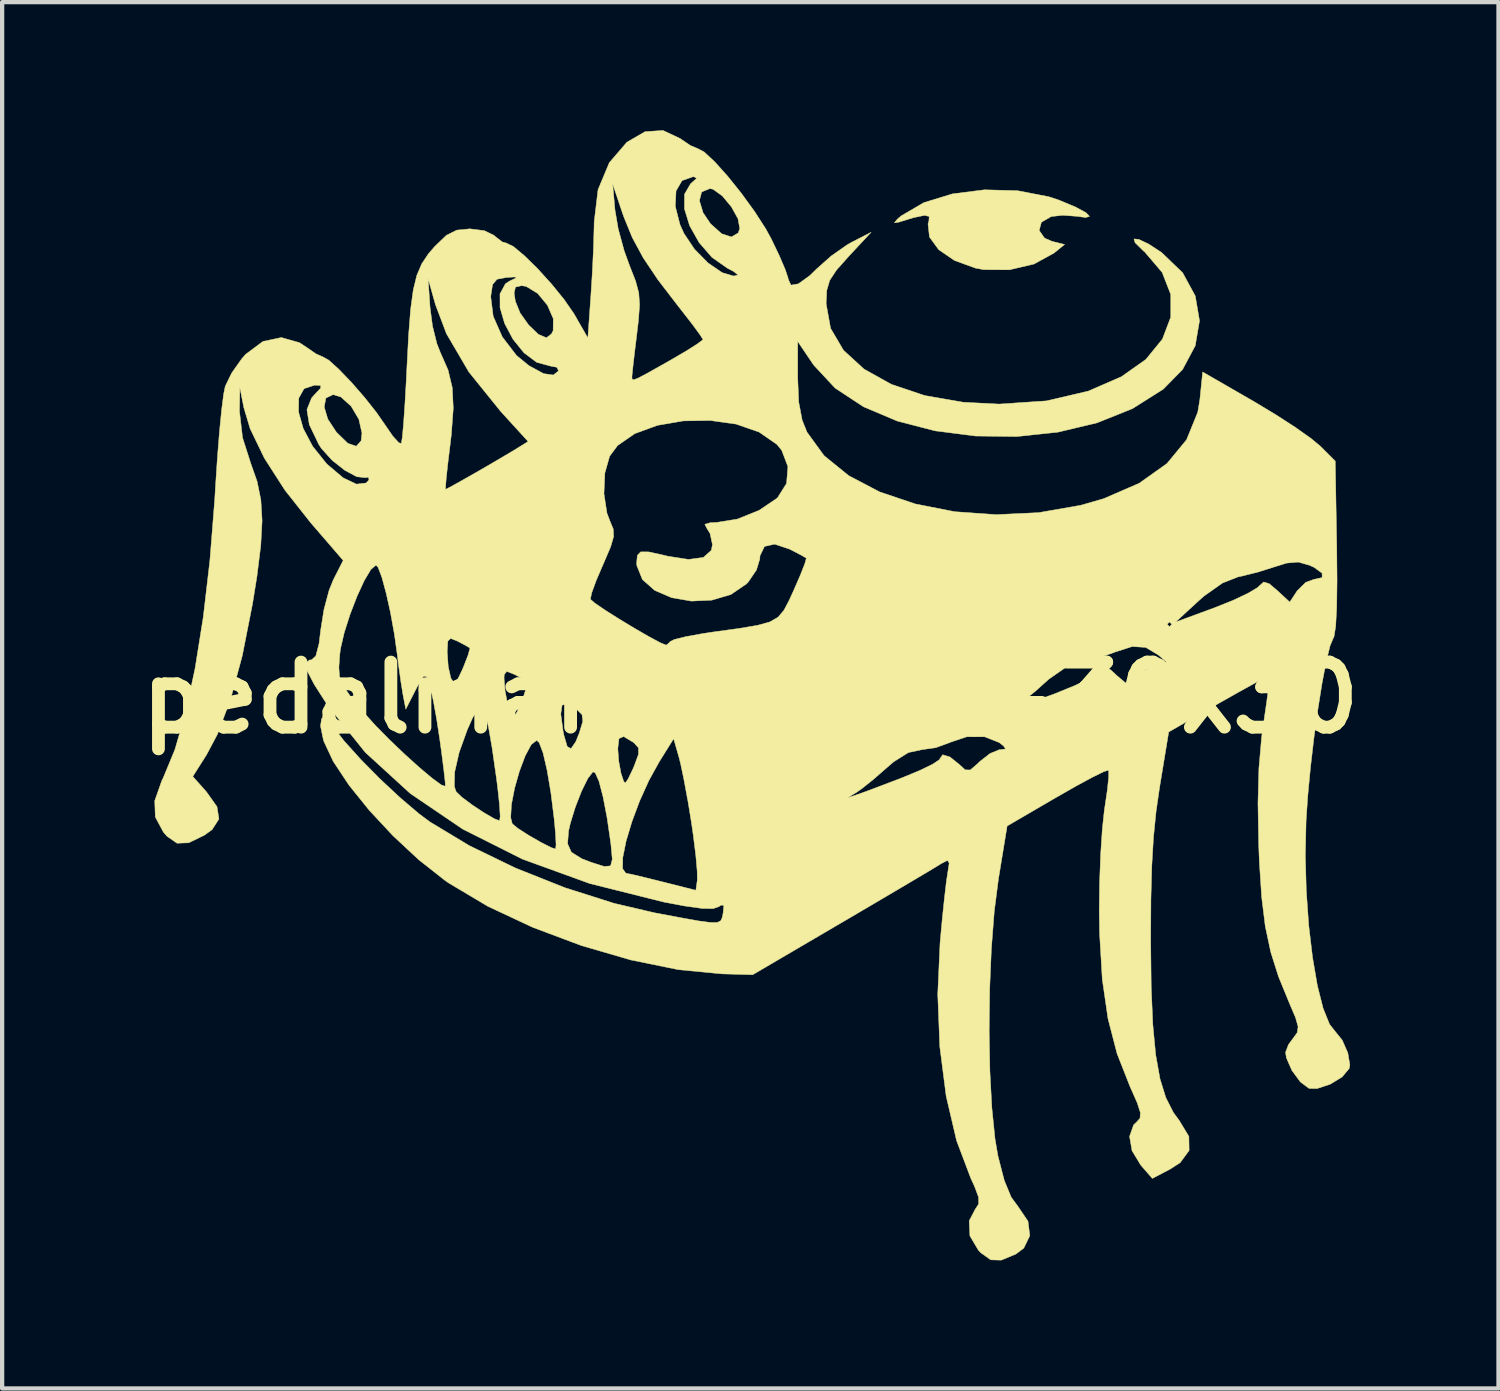
<source format=kicad_pcb>
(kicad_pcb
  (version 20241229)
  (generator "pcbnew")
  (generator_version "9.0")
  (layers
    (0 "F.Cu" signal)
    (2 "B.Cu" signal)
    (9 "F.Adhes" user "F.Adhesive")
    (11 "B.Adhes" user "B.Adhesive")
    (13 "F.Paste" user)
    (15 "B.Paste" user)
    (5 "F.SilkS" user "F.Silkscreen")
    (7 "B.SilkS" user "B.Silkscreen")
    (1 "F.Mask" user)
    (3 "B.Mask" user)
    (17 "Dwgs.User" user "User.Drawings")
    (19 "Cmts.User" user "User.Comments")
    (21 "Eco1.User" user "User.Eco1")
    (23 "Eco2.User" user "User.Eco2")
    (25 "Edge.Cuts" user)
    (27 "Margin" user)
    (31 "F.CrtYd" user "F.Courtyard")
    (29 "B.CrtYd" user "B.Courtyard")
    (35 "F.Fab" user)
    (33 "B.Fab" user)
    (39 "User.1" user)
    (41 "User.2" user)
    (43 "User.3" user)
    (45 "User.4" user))
  (footprint "pedalmarkt-logo-30x30"
    (layer "F.Cu")
    (at 14.522 13.29)
    (property "Reference" "pedalmarkt-logo-30x30" (at 0 0 0) (layer "F.SilkS") (effects (font (size 1.524 1.524) (thickness 0.3))))
    (attr through_hole)
    (fp_poly (pts (xy 6.254 -11.875) (xy 6.99 -11.733) (xy 7.235 -11.651) (xy 7.618 -11.491) (xy 7.86 -11.36) (xy 7.944 -11.273) (xy 7.852 -11.246) (xy 7.663 -11.273) (xy 7.319 -11.299) (xy 7.047 -11.269) (xy 6.816 -11.136) (xy 6.764 -10.944) (xy 6.889 -10.765) (xy 7.062 -10.689) (xy 7.359 -10.614) (xy 7.109 -10.412) (xy 6.641 -10.156) (xy 6.065 -10.021) (xy 5.467 -10.025) (xy 5.269 -10.062) (xy 4.78 -10.24) (xy 4.412 -10.492) (xy 4.195 -10.788) (xy 4.161 -11.096) (xy 4.181 -11.162) (xy 4.189 -11.27) (xy 4.081 -11.297) (xy 3.825 -11.244) (xy 3.476 -11.137) (xy 3.373 -11.122) (xy 3.443 -11.208) (xy 3.535 -11.286) (xy 4.063 -11.595) (xy 4.732 -11.8) (xy 5.482 -11.895) (xy 6.254 -11.875)) (stroke (width 0.01) (type solid)) (fill yes) (layer "F.SilkS"))
    (fp_poly (pts (xy -1.643 -13.096) (xy -1.633 -13.088) (xy -1.406 -12.934) (xy -1.245 -12.866) (xy -1.242 -12.866) (xy -1.08 -12.78) (xy -0.831 -12.548) (xy -0.529 -12.211) (xy -0.207 -11.809) (xy 0.101 -11.385) (xy 0.363 -10.978) (xy 0.489 -10.748) (xy 0.677 -10.356) (xy 0.817 -10.028) (xy 0.885 -9.825) (xy 0.887 -9.801) (xy 0.951 -9.663) (xy 1.125 -9.693) (xy 1.39 -9.884) (xy 1.559 -10.048) (xy 1.895 -10.346) (xy 2.272 -10.61) (xy 2.385 -10.673) (xy 2.828 -10.9) (xy 2.302 -10.335) (xy 2.018 -10.016) (xy 1.86 -9.777) (xy 1.79 -9.542) (xy 1.775 -9.238) (xy 1.775 -9.228) (xy 1.879 -8.652) (xy 2.181 -8.138) (xy 2.662 -7.697) (xy 3.302 -7.34) (xy 4.084 -7.077) (xy 4.987 -6.92) (xy 5.823 -6.877) (xy 6.937 -6.952) (xy 7.914 -7.181) (xy 8.69 -7.518) (xy 9.263 -7.923) (xy 9.65 -8.398) (xy 9.846 -8.914) (xy 9.846 -9.444) (xy 9.644 -9.961) (xy 9.238 -10.437) (xy 9.202 -10.468) (xy 9.009 -10.658) (xy 8.984 -10.745) (xy 9.098 -10.734) (xy 9.323 -10.628) (xy 9.63 -10.428) (xy 9.63 -10.428) (xy 10.124 -9.953) (xy 10.42 -9.409) (xy 10.519 -8.828) (xy 10.419 -8.243) (xy 10.122 -7.686) (xy 9.669 -7.225) (xy 8.949 -6.77) (xy 8.115 -6.436) (xy 7.201 -6.219) (xy 6.242 -6.117) (xy 5.273 -6.129) (xy 4.328 -6.25) (xy 3.442 -6.479) (xy 2.65 -6.814) (xy 1.986 -7.251) (xy 1.485 -7.789) (xy 1.47 -7.811) (xy 1.109 -8.344) (xy 1.109 -7.495) (xy 1.133 -6.925) (xy 1.213 -6.503) (xy 1.326 -6.221) (xy 1.726 -5.67) (xy 2.304 -5.201) (xy 3.027 -4.821) (xy 3.865 -4.538) (xy 4.786 -4.357) (xy 5.759 -4.288) (xy 6.753 -4.335) (xy 7.736 -4.507) (xy 8.275 -4.662) (xy 9.107 -5.023) (xy 9.757 -5.485) (xy 10.216 -6.042) (xy 10.478 -6.686) (xy 10.527 -6.981) (xy 10.593 -7.629) (xy 11.795 -6.936) (xy 12.295 -6.635) (xy 12.758 -6.336) (xy 13.128 -6.074) (xy 13.348 -5.892) (xy 13.698 -5.542) (xy 13.733 -3.54) (xy 13.74 -2.743) (xy 13.732 -2.116) (xy 13.708 -1.674) (xy 13.67 -1.433) (xy 13.653 -1.399) (xy 13.575 -1.212) (xy 13.485 -0.843) (xy 13.388 -0.335) (xy 13.291 0.275) (xy 13.198 0.944) (xy 13.118 1.633) (xy 13.054 2.302) (xy 13.015 2.884) (xy 12.997 3.697) (xy 13.02 4.523) (xy 13.077 5.33) (xy 13.166 6.08) (xy 13.279 6.74) (xy 13.414 7.274) (xy 13.565 7.648) (xy 13.686 7.802) (xy 13.862 8.019) (xy 13.993 8.319) (xy 14.04 8.598) (xy 14.024 8.684) (xy 13.859 8.881) (xy 13.574 9.054) (xy 13.271 9.153) (xy 13.086 9.15) (xy 12.882 8.999) (xy 12.683 8.729) (xy 12.554 8.435) (xy 12.534 8.305) (xy 12.602 8.123) (xy 12.716 7.969) (xy 12.808 7.842) (xy 12.828 7.703) (xy 12.767 7.488) (xy 12.617 7.137) (xy 12.614 7.128) (xy 12.368 6.528) (xy 12.187 5.955) (xy 12.059 5.353) (xy 11.974 4.664) (xy 11.92 3.834) (xy 11.905 3.438) (xy 11.888 2.467) (xy 11.91 1.652) (xy 11.973 0.929) (xy 12.017 0.611) (xy 12.085 0.146) (xy 12.136 -0.228) (xy 12.163 -0.462) (xy 12.164 -0.517) (xy 12.066 -0.474) (xy 11.813 -0.34) (xy 11.443 -0.136) (xy 10.995 0.117) (xy 10.97 0.131) (xy 9.798 0.802) (xy 9.585 2.092) (xy 9.501 2.673) (xy 9.441 3.271) (xy 9.402 3.936) (xy 9.381 4.721) (xy 9.376 5.674) (xy 9.376 5.712) (xy 9.388 6.782) (xy 9.426 7.657) (xy 9.493 8.362) (xy 9.593 8.923) (xy 9.73 9.365) (xy 9.908 9.715) (xy 10.045 9.901) (xy 10.27 10.274) (xy 10.276 10.603) (xy 10.066 10.888) (xy 9.837 11.036) (xy 9.415 11.258) (xy 9.144 10.947) (xy 8.939 10.609) (xy 8.881 10.273) (xy 8.976 10.003) (xy 9.046 9.937) (xy 9.126 9.848) (xy 9.134 9.715) (xy 9.06 9.486) (xy 8.895 9.113) (xy 8.886 9.092) (xy 8.588 8.334) (xy 8.376 7.516) (xy 8.242 6.593) (xy 8.179 5.522) (xy 8.171 4.991) (xy 8.179 4.33) (xy 8.204 3.668) (xy 8.243 3.075) (xy 8.292 2.621) (xy 8.301 2.564) (xy 8.36 2.164) (xy 8.392 1.858) (xy 8.392 1.703) (xy 8.388 1.696) (xy 8.28 1.73) (xy 8.019 1.858) (xy 7.646 2.059) (xy 7.197 2.315) (xy 7.177 2.326) (xy 6.014 3.004) (xy 5.81 4.247) (xy 5.713 5) (xy 5.645 5.877) (xy 5.605 6.827) (xy 5.593 7.799) (xy 5.61 8.741) (xy 5.656 9.601) (xy 5.73 10.329) (xy 5.798 10.729) (xy 5.947 11.305) (xy 6.109 11.697) (xy 6.27 11.916) (xy 6.502 12.259) (xy 6.545 12.599) (xy 6.403 12.891) (xy 6.217 13.03) (xy 5.877 13.171) (xy 5.63 13.164) (xy 5.398 12.999) (xy 5.343 12.942) (xy 5.142 12.604) (xy 5.125 12.251) (xy 5.264 11.984) (xy 5.347 11.856) (xy 5.345 11.697) (xy 5.25 11.443) (xy 5.163 11.254) (xy 4.83 10.373) (xy 4.586 9.331) (xy 4.437 8.172) (xy 4.389 6.943) (xy 4.443 5.74) (xy 4.493 5.196) (xy 4.545 4.697) (xy 4.591 4.306) (xy 4.619 4.12) (xy 4.657 3.874) (xy 4.618 3.809) (xy 4.466 3.887) (xy 4.424 3.914) (xy 4.251 4.019) (xy 3.92 4.216) (xy 3.462 4.487) (xy 2.911 4.812) (xy 2.299 5.172) (xy 2.107 5.284) (xy 0.055 6.487) (xy -0.666 6.467) (xy -1.682 6.369) (xy -2.8 6.141) (xy -3.958 5.804) (xy -5.094 5.378) (xy -6.147 4.885) (xy -7.056 4.344) (xy -7.162 4.27) (xy -7.768 3.792) (xy -8.367 3.234) (xy -8.923 2.638) (xy -9.402 2.043) (xy -9.769 1.489) (xy -9.99 1.017) (xy -9.999 0.987) (xy -10.066 0.661) (xy -10.04 0.485) (xy -9.938 0.482) (xy -9.779 0.666) (xy -9.515 1.01) (xy -9.128 1.44) (xy -8.671 1.903) (xy -8.194 2.348) (xy -7.751 2.724) (xy -7.5 2.91) (xy -6.577 3.466) (xy -5.502 3.987) (xy -4.348 4.447) (xy -3.186 4.816) (xy -2.236 5.038) (xy -1.628 5.152) (xy -1.204 5.228) (xy -0.929 5.264) (xy -0.769 5.262) (xy -0.69 5.22) (xy -0.656 5.14) (xy -0.637 5.041) (xy -0.62 4.858) (xy -0.69 4.858) (xy -0.734 4.891) (xy -0.871 4.939) (xy -1.131 4.934) (xy -1.545 4.876) (xy -2.027 4.785) (xy -3.762 4.351) (xy -4.718 4.004) (xy -2.992 4.004) (xy -2.914 4.11) (xy -2.912 4.11) (xy -2.77 4.138) (xy -2.475 4.208) (xy -2.088 4.304) (xy -2.052 4.313) (xy -1.276 4.509) (xy -1.242 4.271) (xy -1.245 4.063) (xy -1.277 3.696) (xy -1.335 3.231) (xy -1.378 2.932) (xy -1.464 2.406) (xy -1.476 2.346) (xy 2.274 2.346) (xy 2.496 2.271) (xy 2.701 2.198) (xy 3.046 2.068) (xy 3.467 1.908) (xy 3.577 1.865) (xy 3.971 1.702) (xy 4.27 1.556) (xy 4.425 1.453) (xy 4.437 1.432) (xy 4.504 1.335) (xy 4.676 1.388) (xy 4.878 1.55) (xy 5.033 1.689) (xy 5.151 1.692) (xy 5.318 1.549) (xy 5.372 1.495) (xy 5.614 1.306) (xy 5.832 1.217) (xy 5.846 1.217) (xy 5.976 1.201) (xy 5.932 1.131) (xy 5.83 1.05) (xy 5.489 0.915) (xy 5.07 0.914) (xy 4.667 1.049) (xy 4.659 1.054) (xy 4.342 1.17) (xy 4.018 1.216) (xy 3.701 1.284) (xy 3.357 1.5) (xy 3.186 1.647) (xy 2.885 1.91) (xy 2.616 2.125) (xy 2.496 2.21) (xy 2.274 2.346) (xy -1.476 2.346) (xy -1.556 1.913) (xy -1.637 1.528) (xy -1.671 1.395) (xy -1.796 0.96) (xy -2.137 1.506) (xy -2.375 1.937) (xy -2.592 2.417) (xy -2.774 2.905) (xy -2.91 3.36) (xy -2.987 3.74) (xy -2.992 4.004) (xy -4.718 4.004) (xy -5.333 3.781) (xy -6.735 3.077) (xy -7.965 2.242) (xy -8.144 2.078) (xy -6.932 2.078) (xy -6.891 2.199) (xy -6.755 2.33) (xy -6.509 2.513) (xy -6.228 2.699) (xy -5.986 2.838) (xy -5.872 2.88) (xy -5.862 2.807) (xy -5.612 2.807) (xy -5.575 2.952) (xy -5.444 3.059) (xy -5.195 3.219) (xy -4.909 3.384) (xy -4.665 3.508) (xy -4.561 3.544) (xy -4.55 3.447) (xy -4.551 3.419) (xy -4.28 3.419) (xy -4.19 3.619) (xy -3.944 3.771) (xy -3.716 3.858) (xy -3.422 3.951) (xy -3.273 3.938) (xy -3.233 3.782) (xy -3.264 3.447) (xy -3.268 3.411) (xy -3.354 2.817) (xy -3.449 2.322) (xy -3.544 1.958) (xy -3.633 1.759) (xy -3.686 1.735) (xy -3.806 1.891) (xy -3.954 2.191) (xy -4.1 2.566) (xy -4.217 2.946) (xy -4.256 3.118) (xy -4.28 3.419) (xy -4.551 3.419) (xy -4.562 3.187) (xy -4.592 2.856) (xy -4.67 2.23) (xy -4.76 1.697) (xy -4.854 1.293) (xy -4.945 1.052) (xy -5.003 0.998) (xy -5.131 1.098) (xy -5.271 1.358) (xy -5.407 1.719) (xy -5.521 2.12) (xy -5.595 2.503) (xy -5.612 2.807) (xy -5.862 2.807) (xy -5.858 2.78) (xy -5.874 2.51) (xy -5.916 2.117) (xy -5.945 1.89) (xy -6.046 1.185) (xy -6.132 0.686) (xy -6.212 0.379) (xy -6.294 0.249) (xy -6.387 0.282) (xy -6.5 0.463) (xy -6.628 0.749) (xy -6.819 1.28) (xy -6.924 1.739) (xy -6.932 2.078) (xy -8.144 2.078) (xy -9.019 1.278) (xy -9.893 0.187) (xy -9.92 0.147) (xy -10.215 -0.315) (xy -10.377 -0.627) (xy -10.393 -0.708) (xy -9.636 -0.708) (xy -9.619 -0.485) (xy -9.538 -0.282) (xy -9.369 -0.039) (xy -9.086 0.307) (xy -9.046 0.354) (xy -8.781 0.648) (xy -8.452 0.982) (xy -8.096 1.322) (xy -7.75 1.634) (xy -7.451 1.885) (xy -7.236 2.042) (xy -7.142 2.074) (xy -7.148 1.962) (xy -7.18 1.68) (xy -7.232 1.275) (xy -7.27 0.998) (xy -7.345 0.506) (xy -7.424 0.071) (xy -7.493 -0.242) (xy -7.52 -0.331) (xy -7.588 -0.491) (xy -7.65 -0.506) (xy -7.749 -0.356) (xy -7.846 -0.169) (xy -8.069 0.267) (xy -8.133 -0.061) (xy -8.182 -0.362) (xy -8.239 -0.768) (xy -8.267 -0.998) (xy -8.277 -1.067) (xy -7.099 -1.067) (xy -7.075 -0.729) (xy -7.014 -0.461) (xy -6.934 -0.335) (xy -6.922 -0.333) (xy -6.857 -0.424) (xy -6.839 -0.461) (xy -5.768 -0.461) (xy -5.745 -0.168) (xy -5.688 0.133) (xy -5.617 0.363) (xy -5.554 0.444) (xy -5.501 0.382) (xy -4.439 0.382) (xy -4.385 0.782) (xy -4.367 0.873) (xy -4.289 1.141) (xy -4.199 1.194) (xy -4.199 1.192) (xy -3.104 1.192) (xy -3.082 1.483) (xy -3.03 1.765) (xy -2.966 1.958) (xy -2.928 1.997) (xy -2.864 1.905) (xy -2.754 1.677) (xy -2.718 1.593) (xy -2.619 1.324) (xy -2.619 1.174) (xy -2.722 1.059) (xy -2.745 1.042) (xy -2.967 0.908) (xy -3.076 0.956) (xy -3.104 1.192) (xy -4.199 1.192) (xy -4.088 1.03) (xy -4.005 0.824) (xy -3.923 0.552) (xy -3.942 0.396) (xy -4.066 0.273) (xy -4.239 0.171) (xy 6.298 0.171) (xy 6.458 0.138) (xy 6.764 0.039) (xy 7.124 -0.091) (xy 7.608 -0.289) (xy 7.978 -0.468) (xy 8.195 -0.61) (xy 8.236 -0.665) (xy 8.298 -0.734) (xy 8.447 -0.646) (xy 8.593 -0.51) (xy 8.812 -0.328) (xy 8.944 -0.295) (xy 8.961 -0.318) (xy 9.148 -0.589) (xy 9.44 -0.758) (xy 9.575 -0.78) (xy 9.734 -0.79) (xy 9.732 -0.846) (xy 9.563 -0.994) (xy 9.554 -1.002) (xy 9.259 -1.179) (xy 8.942 -1.199) (xy 8.533 -1.067) (xy 8.517 -1.06) (xy 8.138 -0.927) (xy 7.749 -0.835) (xy 7.366 -0.697) (xy 6.989 -0.434) (xy 6.966 -0.413) (xy 6.671 -0.149) (xy 6.389 0.078) (xy 6.316 0.131) (xy 6.298 0.171) (xy -4.239 0.171) (xy -4.287 0.142) (xy -4.409 0.174) (xy -4.439 0.382) (xy -5.501 0.382) (xy -5.472 0.35) (xy -5.363 0.118) (xy -5.336 0.047) (xy -5.253 -0.215) (xy -5.226 -0.369) (xy -5.231 -0.381) (xy -5.347 -0.452) (xy -5.518 -0.543) (xy -5.702 -0.617) (xy -5.763 -0.546) (xy -5.768 -0.461) (xy -6.839 -0.461) (xy -6.747 -0.653) (xy -6.711 -0.738) (xy -6.61 -0.999) (xy -6.568 -1.152) (xy -6.57 -1.167) (xy -6.679 -1.23) (xy -6.849 -1.32) (xy -7.016 -1.389) (xy -7.085 -1.327) (xy -7.099 -1.09) (xy -7.099 -1.067) (xy -8.277 -1.067) (xy -8.337 -1.495) (xy -8.428 -1.996) (xy -8.497 -2.309) (xy -3.746 -2.309) (xy -3.745 -2.306) (xy -3.643 -2.217) (xy -3.402 -2.052) (xy -3.073 -1.844) (xy -2.712 -1.626) (xy -2.371 -1.429) (xy -2.104 -1.286) (xy -1.969 -1.231) (xy -1.886 -1.3) (xy -1.886 -1.31) (xy -1.783 -1.363) (xy -1.509 -1.431) (xy -1.112 -1.503) (xy -0.86 -1.541) (xy -0.256 -1.624) (xy 0.17 -1.696) (xy 0.254 -1.719) (xy 9.761 -1.719) (xy 9.816 -1.664) (xy 9.872 -1.719) (xy 9.82 -1.771) (xy 9.957 -1.771) (xy 10.875 -2.109) (xy 11.305 -2.281) (xy 11.658 -2.448) (xy 11.88 -2.581) (xy 11.918 -2.618) (xy 12.022 -2.711) (xy 12.152 -2.67) (xy 12.338 -2.513) (xy 12.633 -2.24) (xy 12.808 -2.506) (xy 13.007 -2.702) (xy 13.202 -2.773) (xy 13.391 -2.814) (xy 13.389 -2.917) (xy 13.205 -3.052) (xy 13.094 -3.103) (xy 12.831 -3.177) (xy 12.56 -3.153) (xy 12.289 -3.069) (xy 11.893 -2.944) (xy 11.505 -2.847) (xy 11.424 -2.831) (xy 11.056 -2.686) (xy 10.626 -2.382) (xy 10.496 -2.267) (xy 9.957 -1.771) (xy 9.82 -1.771) (xy 9.816 -1.775) (xy 9.761 -1.719) (xy 0.254 -1.719) (xy 0.458 -1.776) (xy 0.65 -1.887) (xy 0.787 -2.049) (xy 0.911 -2.285) (xy 1.019 -2.523) (xy 1.174 -2.879) (xy 1.278 -3.145) (xy 1.311 -3.268) (xy 1.31 -3.27) (xy 1.198 -3.335) (xy 0.967 -3.456) (xy 0.922 -3.479) (xy 0.569 -3.597) (xy 0.331 -3.543) (xy 0.225 -3.322) (xy 0.222 -3.252) (xy 0.144 -2.993) (xy -0.048 -2.711) (xy -0.089 -2.667) (xy -0.457 -2.416) (xy -0.903 -2.285) (xy -1.38 -2.263) (xy -1.842 -2.343) (xy -2.24 -2.514) (xy -2.528 -2.769) (xy -2.659 -3.097) (xy -2.662 -3.161) (xy -2.646 -3.335) (xy -2.568 -3.416) (xy -2.38 -3.415) (xy -2.036 -3.34) (xy -1.937 -3.315) (xy -1.448 -3.239) (xy -1.1 -3.286) (xy -0.914 -3.452) (xy -0.887 -3.585) (xy -0.943 -3.845) (xy -1.02 -3.971) (xy -1.066 -4.062) (xy -0.935 -4.1) (xy -0.795 -4.104) (xy -0.307 -4.183) (xy 0.205 -4.388) (xy 0.626 -4.673) (xy 0.636 -4.683) (xy 0.848 -5.019) (xy 0.88 -5.413) (xy 0.735 -5.794) (xy 0.622 -5.933) (xy 0.204 -6.222) (xy -0.333 -6.408) (xy -0.941 -6.493) (xy -1.571 -6.483) (xy -2.175 -6.379) (xy -2.704 -6.186) (xy -3.109 -5.906) (xy -3.295 -5.656) (xy -3.407 -5.262) (xy -3.428 -4.779) (xy -3.358 -4.322) (xy -3.283 -4.126) (xy -3.21 -3.949) (xy -3.202 -3.773) (xy -3.271 -3.535) (xy -3.427 -3.169) (xy -3.452 -3.113) (xy -3.609 -2.747) (xy -3.714 -2.459) (xy -3.746 -2.309) (xy -8.497 -2.309) (xy -8.53 -2.454) (xy -8.63 -2.822) (xy -8.717 -3.052) (xy -8.766 -3.106) (xy -8.884 -3.007) (xy -9.039 -2.748) (xy -9.209 -2.379) (xy -9.373 -1.954) (xy -9.51 -1.526) (xy -9.598 -1.147) (xy -9.615 -1.013) (xy -9.636 -0.708) (xy -10.393 -0.708) (xy -10.412 -0.809) (xy -10.327 -0.883) (xy -10.276 -0.887) (xy -10.176 -0.979) (xy -10.101 -1.263) (xy -10.059 -1.604) (xy -9.985 -2.067) (xy -9.865 -2.516) (xy -9.763 -2.768) (xy -9.535 -3.216) (xy -10.291 -4.092) (xy -10.9 -4.862) (xy -11.381 -5.611) (xy -11.715 -6.303) (xy -11.831 -6.691) (xy -10.58 -6.691) (xy -10.47 -6.304) (xy -10.252 -5.891) (xy -9.933 -5.492) (xy -9.905 -5.463) (xy -9.534 -5.149) (xy -9.224 -5.002) (xy -8.998 -5.029) (xy -8.93 -5.101) (xy -8.946 -5.167) (xy -9.012 -5.153) (xy -9.217 -5.176) (xy -9.499 -5.327) (xy -9.794 -5.561) (xy -10.042 -5.834) (xy -10.107 -5.934) (xy -10.328 -6.395) (xy -10.384 -6.745) (xy -10.358 -6.811) (xy -9.98 -6.811) (xy -9.895 -6.525) (xy -9.695 -6.22) (xy -9.426 -5.958) (xy -9.228 -5.89) (xy -9.116 -6.015) (xy -9.095 -6.196) (xy -9.168 -6.522) (xy -9.349 -6.827) (xy -9.586 -7.042) (xy -9.769 -7.099) (xy -9.939 -7.019) (xy -9.98 -6.811) (xy -10.358 -6.811) (xy -10.276 -7.018) (xy -10.214 -7.089) (xy -10.061 -7.252) (xy -10.064 -7.312) (xy -10.2 -7.321) (xy -10.451 -7.238) (xy -10.576 -7.015) (xy -10.58 -6.691) (xy -11.831 -6.691) (xy -11.861 -6.792) (xy -11.955 -7.265) (xy -11.964 -6.71) (xy -11.892 -6.09) (xy -11.7 -5.49) (xy -11.551 -5.066) (xy -11.463 -4.633) (xy -11.434 -4.148) (xy -11.465 -3.567) (xy -11.554 -2.848) (xy -11.657 -2.205) (xy -11.898 -0.984) (xy -12.173 0.038) (xy -12.478 0.852) (xy -12.736 1.338) (xy -13.057 1.844) (xy -12.74 2.2) (xy -12.49 2.552) (xy -12.445 2.841) (xy -12.605 3.089) (xy -12.783 3.218) (xy -13.151 3.397) (xy -13.426 3.407) (xy -13.664 3.242) (xy -13.746 3.146) (xy -13.935 2.794) (xy -13.948 2.412) (xy -13.785 1.949) (xy -13.751 1.88) (xy -13.476 1.214) (xy -13.225 0.349) (xy -13.003 -0.692) (xy -12.812 -1.887) (xy -12.657 -3.213) (xy -12.543 -4.649) (xy -12.527 -4.92) (xy -12.483 -5.592) (xy -12.434 -6.211) (xy -12.383 -6.733) (xy -12.334 -7.114) (xy -12.297 -7.295) (xy -12.147 -7.603) (xy -11.91 -7.939) (xy -11.818 -8.043) (xy -11.414 -8.344) (xy -10.984 -8.436) (xy -10.558 -8.315) (xy -10.396 -8.208) (xy -10.172 -8.054) (xy -10.02 -7.986) (xy -10.016 -7.986) (xy -9.872 -7.905) (xy -9.634 -7.69) (xy -9.342 -7.386) (xy -9.036 -7.035) (xy -8.756 -6.681) (xy -8.561 -6.4) (xy -8.374 -6.128) (xy -8.231 -5.971) (xy -8.174 -5.956) (xy -8.151 -6.093) (xy -8.122 -6.41) (xy -8.09 -6.867) (xy -8.058 -7.422) (xy -8.044 -7.709) (xy -8.003 -8.495) (xy -7.956 -9.097) (xy -7.894 -9.551) (xy -7.829 -9.816) (xy -7.546 -9.816) (xy -7.501 -9.141) (xy -7.443 -8.702) (xy -7.341 -8.292) (xy -7.26 -8.087) (xy -7.079 -7.675) (xy -6.98 -7.26) (xy -6.957 -6.778) (xy -7.002 -6.166) (xy -7.03 -5.928) (xy -7.085 -5.478) (xy -7.123 -5.125) (xy -7.139 -4.917) (xy -7.137 -4.88) (xy -7.035 -4.931) (xy -6.792 -5.066) (xy -6.457 -5.256) (xy -6.411 -5.282) (xy -6.025 -5.506) (xy -5.682 -5.708) (xy -5.458 -5.842) (xy -5.458 -5.843) (xy -5.204 -6.001) (xy -5.846 -6.705) (xy -6.592 -7.629) (xy -7.117 -8.526) (xy -7.374 -9.206) (xy -7.427 -9.394) (xy -6.08 -9.394) (xy -6.022 -8.933) (xy -5.808 -8.449) (xy -5.478 -8.018) (xy -5.188 -7.779) (xy -4.841 -7.59) (xy -4.615 -7.557) (xy -4.492 -7.653) (xy -4.529 -7.738) (xy -4.68 -7.767) (xy -5.002 -7.854) (xy -5.302 -8.079) (xy -5.56 -8.398) (xy -5.754 -8.764) (xy -5.862 -9.133) (xy -5.863 -9.458) (xy -5.852 -9.478) (xy -5.532 -9.478) (xy -5.504 -9.289) (xy -5.392 -9.011) (xy -5.191 -8.728) (xy -4.963 -8.51) (xy -4.775 -8.43) (xy -4.659 -8.518) (xy -4.618 -8.596) (xy -4.615 -8.878) (xy -4.753 -9.194) (xy -4.982 -9.47) (xy -5.25 -9.633) (xy -5.357 -9.65) (xy -5.5 -9.617) (xy -5.532 -9.478) (xy -5.852 -9.478) (xy -5.735 -9.696) (xy -5.629 -9.763) (xy -5.478 -9.834) (xy -5.519 -9.854) (xy -5.712 -9.842) (xy -5.933 -9.8) (xy -6.037 -9.676) (xy -6.079 -9.4) (xy -6.08 -9.394) (xy -7.427 -9.394) (xy -7.546 -9.816) (xy -7.829 -9.816) (xy -7.81 -9.894) (xy -7.695 -10.163) (xy -7.539 -10.396) (xy -7.391 -10.568) (xy -7.119 -10.829) (xy -6.874 -10.951) (xy -6.57 -10.981) (xy -6.229 -10.938) (xy -6.003 -10.829) (xy -5.99 -10.814) (xy -5.809 -10.674) (xy -5.714 -10.648) (xy -5.548 -10.567) (xy -5.289 -10.35) (xy -4.977 -10.043) (xy -4.653 -9.686) (xy -4.358 -9.322) (xy -4.132 -8.995) (xy -4.108 -8.954) (xy -3.805 -8.425) (xy -3.733 -9.442) (xy -3.698 -9.999) (xy -3.672 -10.566) (xy -3.659 -11.042) (xy -3.658 -11.136) (xy -3.567 -11.898) (xy -3.51 -12.034) (xy -3.224 -12.034) (xy -3.17 -11.424) (xy -3.094 -10.98) (xy -2.955 -10.469) (xy -2.83 -10.123) (xy -2.689 -9.764) (xy -2.613 -9.484) (xy -2.594 -9.2) (xy -2.621 -8.829) (xy -2.658 -8.518) (xy -2.711 -8.085) (xy -2.751 -7.737) (xy -2.772 -7.533) (xy -2.773 -7.508) (xy -2.768 -7.458) (xy -2.727 -7.447) (xy -2.616 -7.491) (xy -2.398 -7.607) (xy -2.036 -7.811) (xy -1.858 -7.912) (xy -1.504 -8.119) (xy -1.241 -8.286) (xy -1.114 -8.381) (xy -1.109 -8.39) (xy -1.174 -8.494) (xy -1.345 -8.728) (xy -1.593 -9.048) (xy -1.7 -9.184) (xy -2.167 -9.793) (xy -2.51 -10.305) (xy -2.765 -10.777) (xy -2.966 -11.269) (xy -3.013 -11.406) (xy -3.048 -11.511) (xy -1.758 -11.511) (xy -1.648 -11.081) (xy -1.556 -10.876) (xy -1.309 -10.506) (xy -0.99 -10.182) (xy -0.659 -9.955) (xy -0.388 -9.875) (xy -0.291 -9.9) (xy -0.386 -9.98) (xy -0.535 -10.058) (xy -0.898 -10.312) (xy -1.2 -10.66) (xy -1.422 -11.055) (xy -1.543 -11.449) (xy -1.542 -11.642) (xy -1.193 -11.642) (xy -1.107 -11.359) (xy -0.934 -11.102) (xy -0.672 -10.866) (xy -0.442 -10.791) (xy -0.284 -10.885) (xy -0.247 -10.988) (xy -0.289 -11.217) (xy -0.444 -11.497) (xy -0.657 -11.752) (xy -0.871 -11.907) (xy -0.947 -11.924) (xy -1.14 -11.845) (xy -1.193 -11.642) (xy -1.542 -11.642) (xy -1.542 -11.792) (xy -1.399 -12.038) (xy -1.382 -12.051) (xy -1.257 -12.165) (xy -1.32 -12.2) (xy -1.343 -12.201) (xy -1.599 -12.111) (xy -1.74 -11.868) (xy -1.758 -11.511) (xy -3.048 -11.511) (xy -3.224 -12.034) (xy -3.51 -12.034) (xy -3.303 -12.531) (xy -2.891 -13.01) (xy -2.467 -13.256) (xy -2.045 -13.285) (xy -1.643 -13.096)) (stroke (width 0.01) (type solid)) (fill yes) (layer "F.SilkS")))
  (gr_rect
    (start -3 -3)
    (end 32.043 29.466)
    (stroke (width 0.1) (type default))
    (fill no)
    (layer "Edge.Cuts")))
</source>
